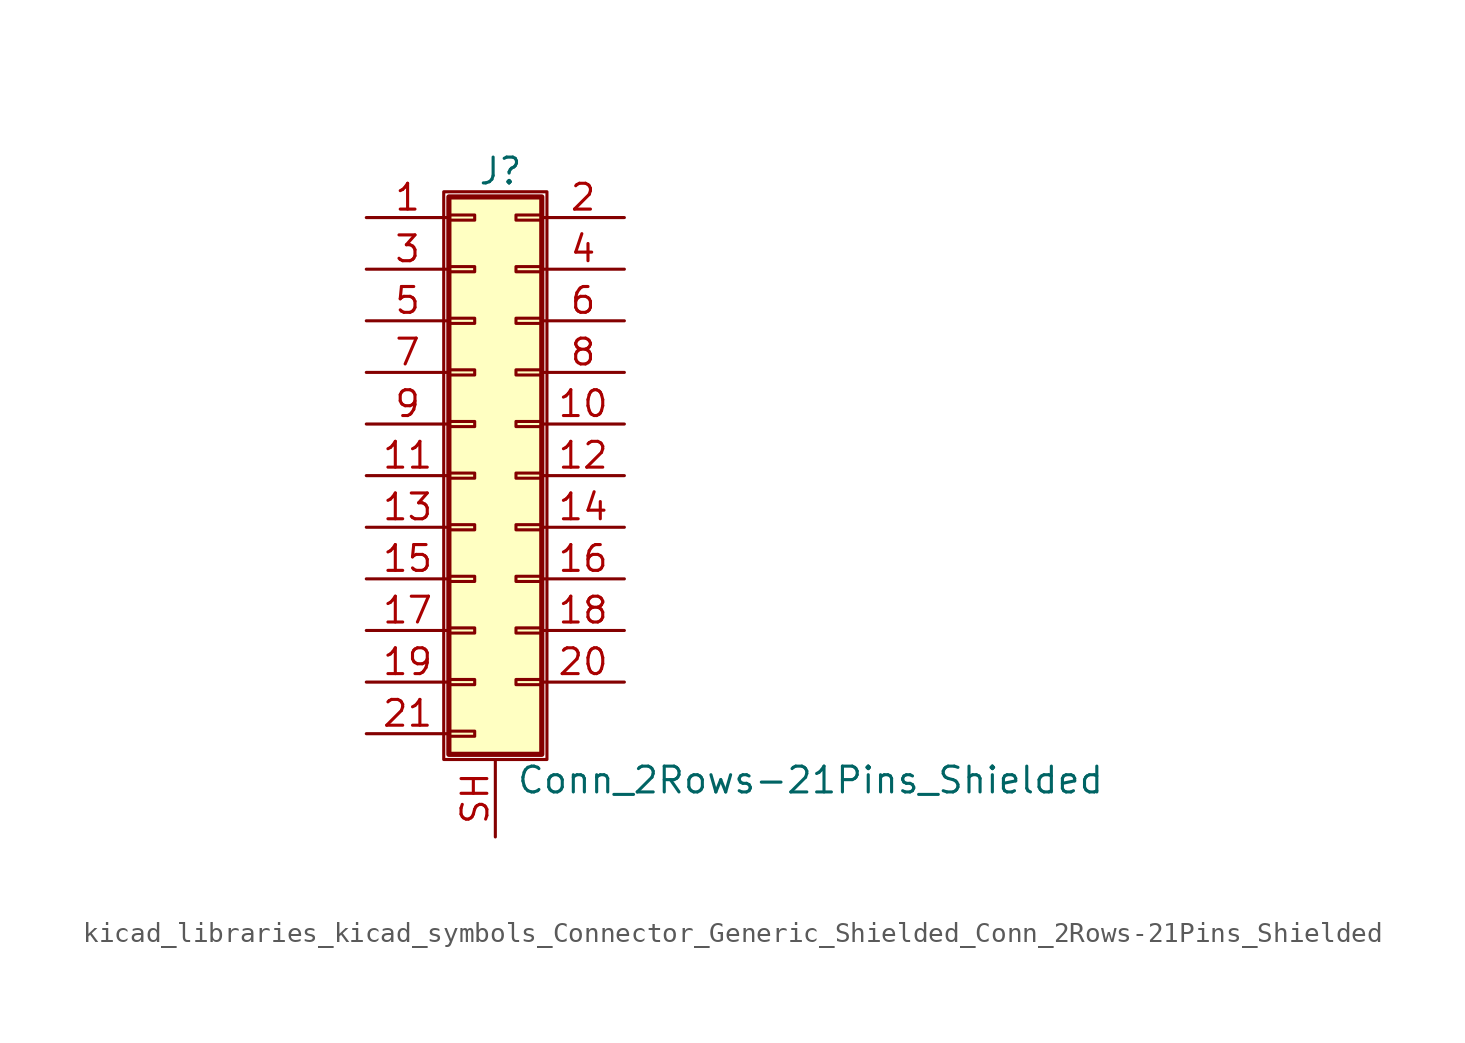
<source format=kicad_sym>
(kicad_symbol_lib
  (version 20220914)
  (generator kicad_symbol_editor)
  (symbol "kicad_libraries_kicad_symbols_Connector_Generic_Shielded_Conn_2Rows-21Pins_Shielded"
    (pin_names
      (offset 1.016) hide)
    (property "Reference" "J"
      (at 1.524 14.986 0)
      (effects (font (size 1.27 1.27))))
    (property "Value" "Conn_2Rows-21Pins_Shielded"
      (at 2.286 -14.986 0)
      (effects (font (size 1.27 1.27)) (justify left)))
    (symbol "kicad_libraries_kicad_symbols_Connector_Generic_Shielded_Conn_2Rows-21Pins_Shielded_1_1"
      (rectangle (start -1.27 13.97) (end 3.81 -13.97) (stroke (width 0.152) (type default)) (fill (type none)))
      (rectangle (start -1.016 -12.573) (end 0.254 -12.827) (stroke (width 0.152) (type default)) (fill (type none)))
      (rectangle (start -1.016 -10.033) (end 0.254 -10.287) (stroke (width 0.152) (type default)) (fill (type none)))
      (rectangle (start -1.016 -7.493) (end 0.254 -7.747) (stroke (width 0.152) (type default)) (fill (type none)))
      (rectangle (start -1.016 -4.953) (end 0.254 -5.207) (stroke (width 0.152) (type default)) (fill (type none)))
      (rectangle (start -1.016 -2.413) (end 0.254 -2.667) (stroke (width 0.152) (type default)) (fill (type none)))
      (rectangle (start -1.016 0.127) (end 0.254 -0.127) (stroke (width 0.152) (type default)) (fill (type none)))
      (rectangle (start -1.016 2.667) (end 0.254 2.413) (stroke (width 0.152) (type default)) (fill (type none)))
      (rectangle (start -1.016 5.207) (end 0.254 4.953) (stroke (width 0.152) (type default)) (fill (type none)))
      (rectangle (start -1.016 7.747) (end 0.254 7.493) (stroke (width 0.152) (type default)) (fill (type none)))
      (rectangle (start -1.016 10.287) (end 0.254 10.033) (stroke (width 0.152) (type default)) (fill (type none)))
      (rectangle (start -1.016 12.827) (end 0.254 12.573) (stroke (width 0.152) (type default)) (fill (type none)))
      (rectangle (start -1.016 13.716) (end 3.556 -13.716) (stroke (width 0.254) (type default)) (fill (type background)))
      (rectangle (start 3.556 -10.033) (end 2.286 -10.287) (stroke (width 0.152) (type default)) (fill (type none)))
      (rectangle (start 3.556 -7.493) (end 2.286 -7.747) (stroke (width 0.152) (type default)) (fill (type none)))
      (rectangle (start 3.556 -4.953) (end 2.286 -5.207) (stroke (width 0.152) (type default)) (fill (type none)))
      (rectangle (start 3.556 -2.413) (end 2.286 -2.667) (stroke (width 0.152) (type default)) (fill (type none)))
      (rectangle (start 3.556 0.127) (end 2.286 -0.127) (stroke (width 0.152) (type default)) (fill (type none)))
      (rectangle (start 3.556 2.667) (end 2.286 2.413) (stroke (width 0.152) (type default)) (fill (type none)))
      (rectangle (start 3.556 5.207) (end 2.286 4.953) (stroke (width 0.152) (type default)) (fill (type none)))
      (rectangle (start 3.556 7.747) (end 2.286 7.493) (stroke (width 0.152) (type default)) (fill (type none)))
      (rectangle (start 3.556 10.287) (end 2.286 10.033) (stroke (width 0.152) (type default)) (fill (type none)))
      (rectangle (start 3.556 12.827) (end 2.286 12.573) (stroke (width 0.152) (type default)) (fill (type none)))
      (pin passive line (at -5.08 12.7 0) (length 4.064) (name "Pin_1" (effects (font (size 1.27 1.27)))) (number "1" (effects (font (size 1.27 1.27)))))
      (pin passive line (at 7.62 2.54 180) (length 4.064) (name "Pin_10" (effects (font (size 1.27 1.27)))) (number "10" (effects (font (size 1.27 1.27)))))
      (pin passive line (at -5.08 0 0) (length 4.064) (name "Pin_11" (effects (font (size 1.27 1.27)))) (number "11" (effects (font (size 1.27 1.27)))))
      (pin passive line (at 7.62 0 180) (length 4.064) (name "Pin_12" (effects (font (size 1.27 1.27)))) (number "12" (effects (font (size 1.27 1.27)))))
      (pin passive line (at -5.08 -2.54 0) (length 4.064) (name "Pin_13" (effects (font (size 1.27 1.27)))) (number "13" (effects (font (size 1.27 1.27)))))
      (pin passive line (at 7.62 -2.54 180) (length 4.064) (name "Pin_14" (effects (font (size 1.27 1.27)))) (number "14" (effects (font (size 1.27 1.27)))))
      (pin passive line (at -5.08 -5.08 0) (length 4.064) (name "Pin_15" (effects (font (size 1.27 1.27)))) (number "15" (effects (font (size 1.27 1.27)))))
      (pin passive line (at 7.62 -5.08 180) (length 4.064) (name "Pin_16" (effects (font (size 1.27 1.27)))) (number "16" (effects (font (size 1.27 1.27)))))
      (pin passive line (at -5.08 -7.62 0) (length 4.064) (name "Pin_17" (effects (font (size 1.27 1.27)))) (number "17" (effects (font (size 1.27 1.27)))))
      (pin passive line (at 7.62 -7.62 180) (length 4.064) (name "Pin_18" (effects (font (size 1.27 1.27)))) (number "18" (effects (font (size 1.27 1.27)))))
      (pin passive line (at -5.08 -10.16 0) (length 4.064) (name "Pin_19" (effects (font (size 1.27 1.27)))) (number "19" (effects (font (size 1.27 1.27)))))
      (pin passive line (at 7.62 12.7 180) (length 4.064) (name "Pin_2" (effects (font (size 1.27 1.27)))) (number "2" (effects (font (size 1.27 1.27)))))
      (pin passive line (at 7.62 -10.16 180) (length 4.064) (name "Pin_20" (effects (font (size 1.27 1.27)))) (number "20" (effects (font (size 1.27 1.27)))))
      (pin passive line (at -5.08 -12.7 0) (length 4.064) (name "Pin_21" (effects (font (size 1.27 1.27)))) (number "21" (effects (font (size 1.27 1.27)))))
      (pin passive line (at -5.08 10.16 0) (length 4.064) (name "Pin_3" (effects (font (size 1.27 1.27)))) (number "3" (effects (font (size 1.27 1.27)))))
      (pin passive line (at 7.62 10.16 180) (length 4.064) (name "Pin_4" (effects (font (size 1.27 1.27)))) (number "4" (effects (font (size 1.27 1.27)))))
      (pin passive line (at -5.08 7.62 0) (length 4.064) (name "Pin_5" (effects (font (size 1.27 1.27)))) (number "5" (effects (font (size 1.27 1.27)))))
      (pin passive line (at 7.62 7.62 180) (length 4.064) (name "Pin_6" (effects (font (size 1.27 1.27)))) (number "6" (effects (font (size 1.27 1.27)))))
      (pin passive line (at -5.08 5.08 0) (length 4.064) (name "Pin_7" (effects (font (size 1.27 1.27)))) (number "7" (effects (font (size 1.27 1.27)))))
      (pin passive line (at 7.62 5.08 180) (length 4.064) (name "Pin_8" (effects (font (size 1.27 1.27)))) (number "8" (effects (font (size 1.27 1.27)))))
      (pin passive line (at -5.08 2.54 0) (length 4.064) (name "Pin_9" (effects (font (size 1.27 1.27)))) (number "9" (effects (font (size 1.27 1.27)))))
      (pin passive line (at 1.27 -17.78 90) (length 3.81) (name "Shield" (effects (font (size 1.27 1.27)))) (number "SH" (effects (font (size 1.27 1.27))))))))
</source>
